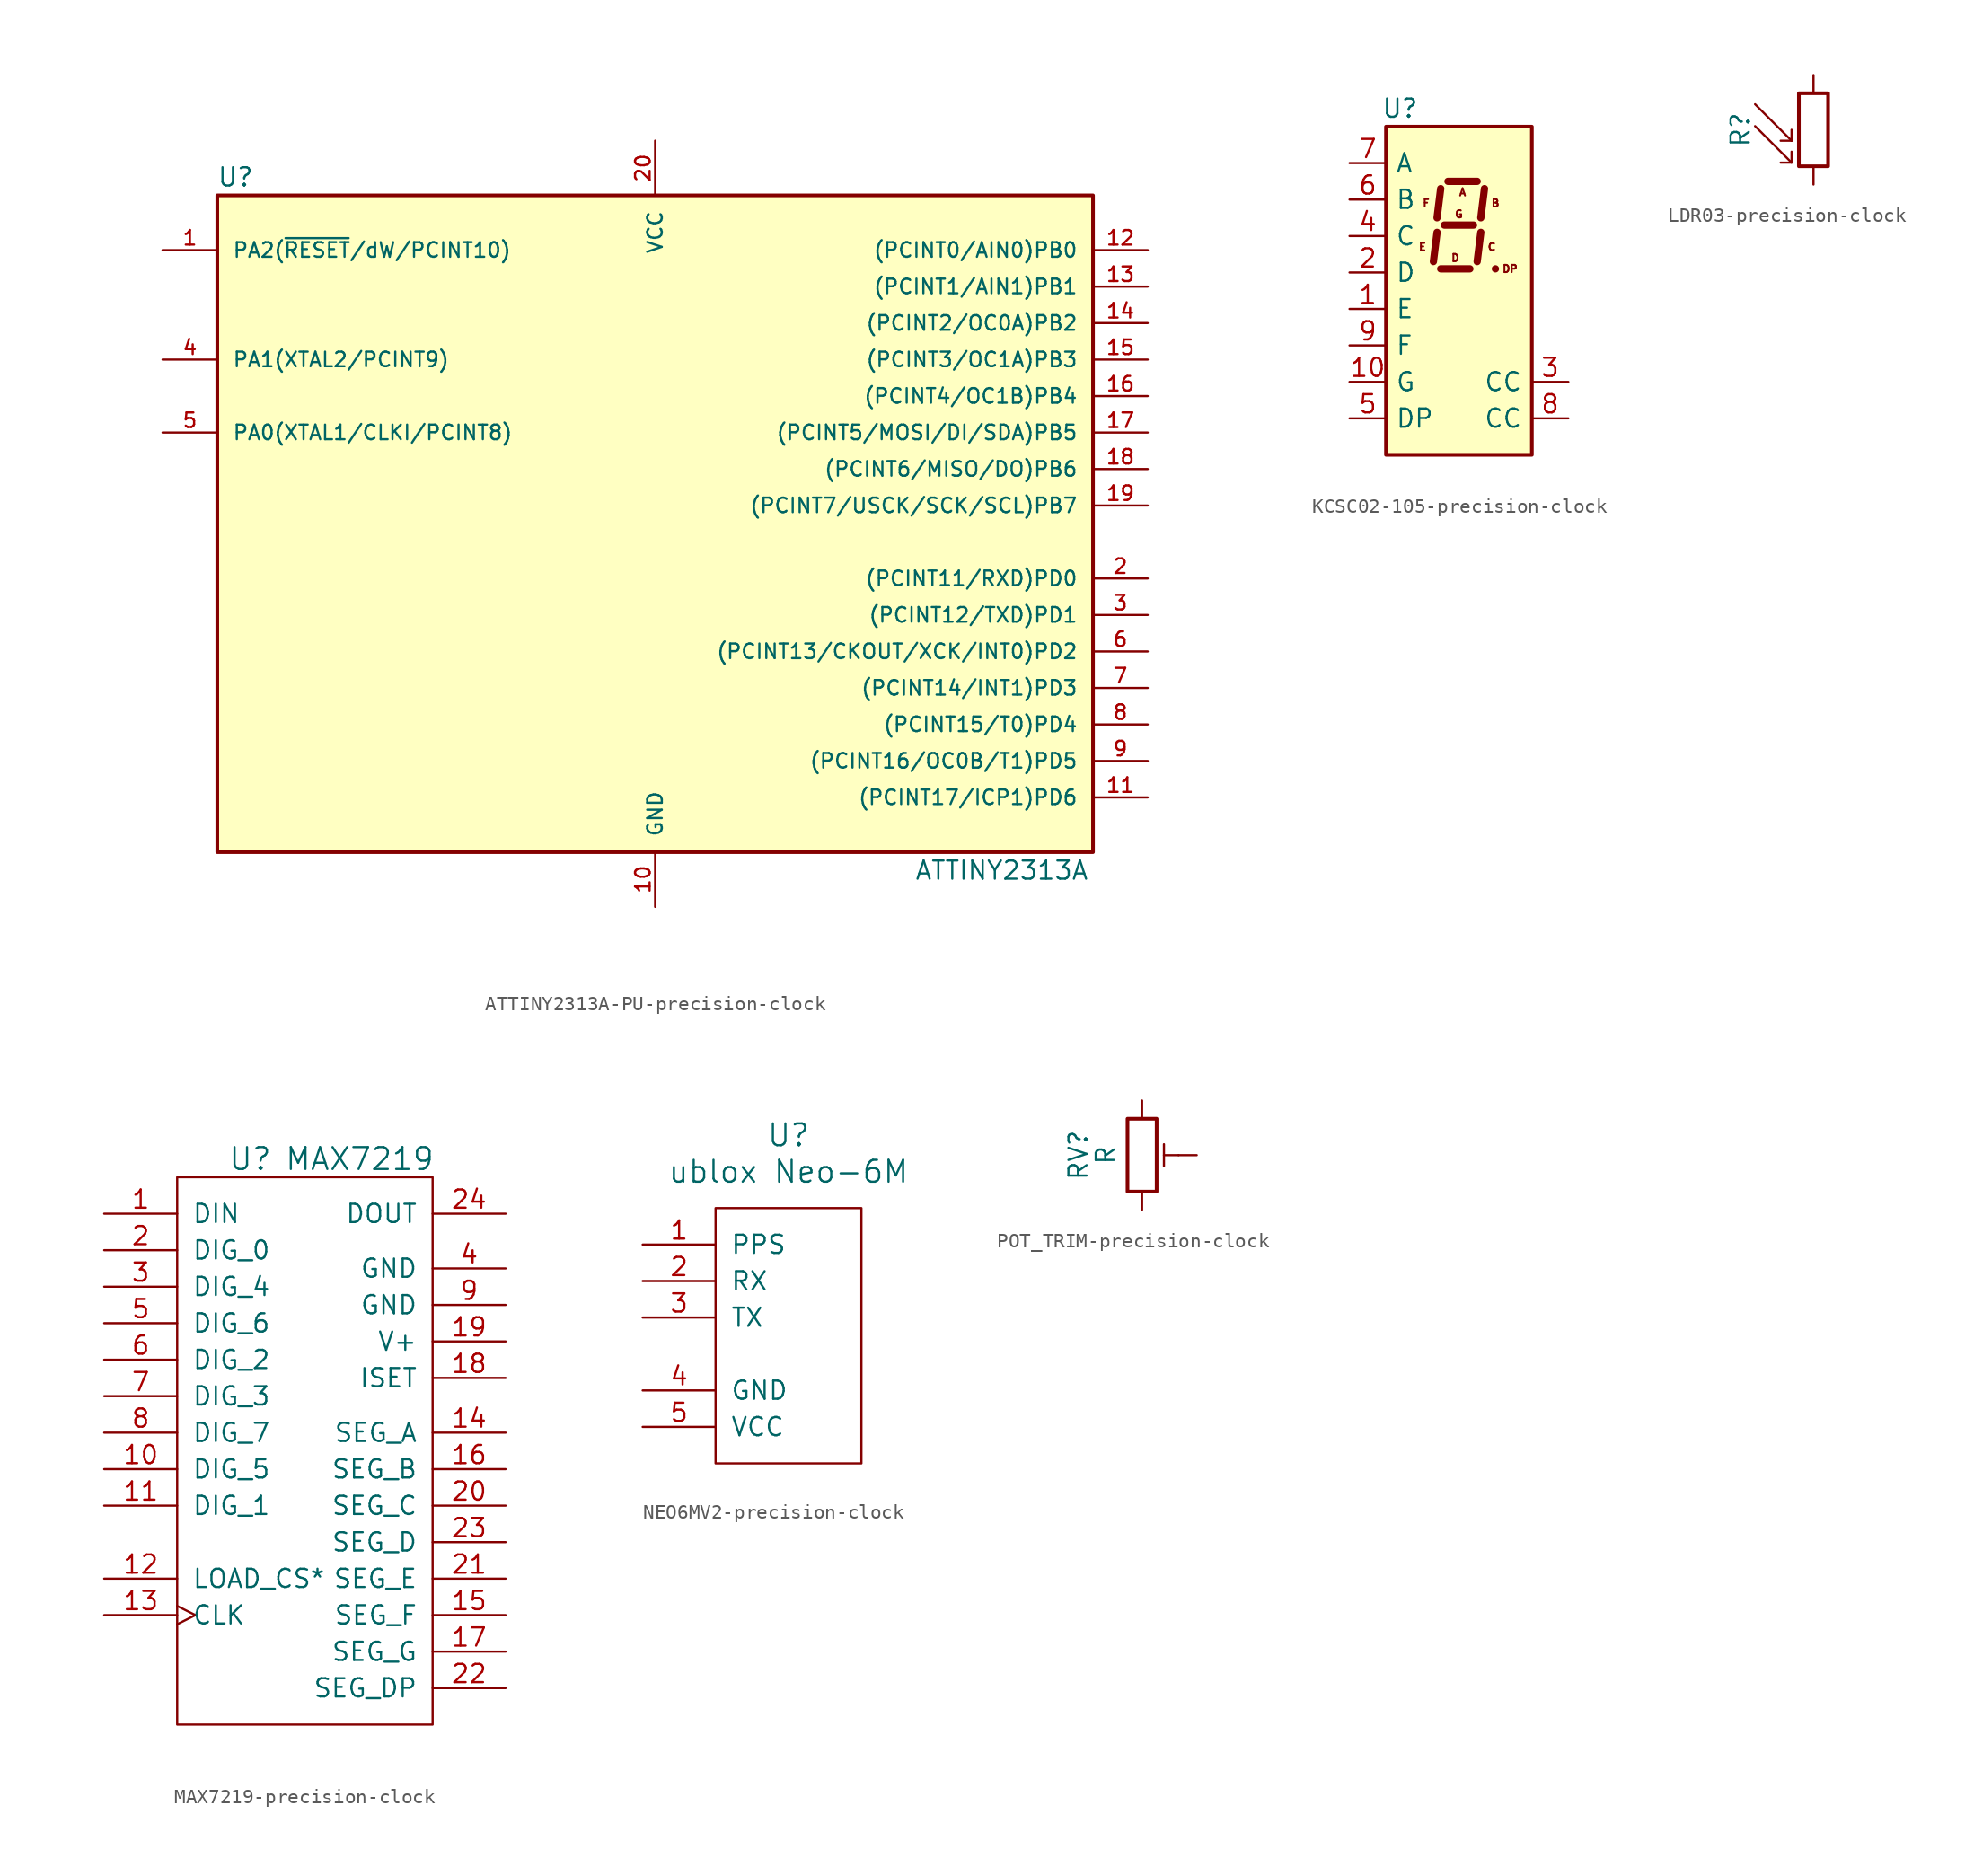
<source format=kicad_sym>
(kicad_symbol_lib
  (version 20231120)
  (generator "kicad_symbol_editor")
  (generator_version "8.0")
  (symbol "ATTINY2313A-PU-precision-clock"
    (pin_names
      (offset 1.016))
    (property "Reference" "U"
      (at -29.21 25.4 0)
      (effects (font (size 1.27 1.27))))
    (property "Value" "ATTINY2313A"
      (at 24.13 -22.86 0)
      (effects (font (size 1.27 1.27))))
    (symbol "ATTINY2313A-PU-precision-clock_0_1"
      (rectangle (start 30.48 -21.59) (end -30.48 24.13) (stroke (width 0.254) (type solid)) (fill (type background))))
    (symbol "ATTINY2313A-PU-precision-clock_1_1"
      (pin input line (at -34.29 20.32 0) (length 3.81) (name "PA2(~{RESET}/dW/PCINT10)" (effects (font (size 1.016 1.016)))) (number "1" (effects (font (size 1.016 1.016)))))
      (pin power_in line (at 0 -25.4 90) (length 3.81) (name "GND" (effects (font (size 1.016 1.016)))) (number "10" (effects (font (size 1.016 1.016)))))
      (pin bidirectional line (at 34.29 -17.78 180) (length 3.81) (name "(PCINT17/ICP1)PD6" (effects (font (size 1.016 1.016)))) (number "11" (effects (font (size 1.016 1.016)))))
      (pin bidirectional line (at 34.29 20.32 180) (length 3.81) (name "(PCINT0/AIN0)PB0" (effects (font (size 1.016 1.016)))) (number "12" (effects (font (size 1.016 1.016)))))
      (pin bidirectional line (at 34.29 17.78 180) (length 3.81) (name "(PCINT1/AIN1)PB1" (effects (font (size 1.016 1.016)))) (number "13" (effects (font (size 1.016 1.016)))))
      (pin bidirectional line (at 34.29 15.24 180) (length 3.81) (name "(PCINT2/OC0A)PB2" (effects (font (size 1.016 1.016)))) (number "14" (effects (font (size 1.016 1.016)))))
      (pin bidirectional line (at 34.29 12.7 180) (length 3.81) (name "(PCINT3/OC1A)PB3" (effects (font (size 1.016 1.016)))) (number "15" (effects (font (size 1.016 1.016)))))
      (pin bidirectional line (at 34.29 10.16 180) (length 3.81) (name "(PCINT4/OC1B)PB4" (effects (font (size 1.016 1.016)))) (number "16" (effects (font (size 1.016 1.016)))))
      (pin bidirectional line (at 34.29 7.62 180) (length 3.81) (name "(PCINT5/MOSI/DI/SDA)PB5" (effects (font (size 1.016 1.016)))) (number "17" (effects (font (size 1.016 1.016)))))
      (pin bidirectional line (at 34.29 5.08 180) (length 3.81) (name "(PCINT6/MISO/DO)PB6" (effects (font (size 1.016 1.016)))) (number "18" (effects (font (size 1.016 1.016)))))
      (pin bidirectional line (at 34.29 2.54 180) (length 3.81) (name "(PCINT7/USCK/SCK/SCL)PB7" (effects (font (size 1.016 1.016)))) (number "19" (effects (font (size 1.016 1.016)))))
      (pin bidirectional line (at 34.29 -2.54 180) (length 3.81) (name "(PCINT11/RXD)PD0" (effects (font (size 1.016 1.016)))) (number "2" (effects (font (size 1.016 1.016)))))
      (pin power_in line (at 0 27.94 270) (length 3.81) (name "VCC" (effects (font (size 1.016 1.016)))) (number "20" (effects (font (size 1.016 1.016)))))
      (pin bidirectional line (at 34.29 -5.08 180) (length 3.81) (name "(PCINT12/TXD)PD1" (effects (font (size 1.016 1.016)))) (number "3" (effects (font (size 1.016 1.016)))))
      (pin input line (at -34.29 12.7 0) (length 3.81) (name "PA1(XTAL2/PCINT9)" (effects (font (size 1.016 1.016)))) (number "4" (effects (font (size 1.016 1.016)))))
      (pin input line (at -34.29 7.62 0) (length 3.81) (name "PA0(XTAL1/CLKI/PCINT8)" (effects (font (size 1.016 1.016)))) (number "5" (effects (font (size 1.016 1.016)))))
      (pin bidirectional line (at 34.29 -7.62 180) (length 3.81) (name "(PCINT13/CKOUT/XCK/INT0)PD2" (effects (font (size 1.016 1.016)))) (number "6" (effects (font (size 1.016 1.016)))))
      (pin bidirectional line (at 34.29 -10.16 180) (length 3.81) (name "(PCINT14/INT1)PD3" (effects (font (size 1.016 1.016)))) (number "7" (effects (font (size 1.016 1.016)))))
      (pin bidirectional line (at 34.29 -12.7 180) (length 3.81) (name "(PCINT15/T0)PD4" (effects (font (size 1.016 1.016)))) (number "8" (effects (font (size 1.016 1.016)))))
      (pin bidirectional line (at 34.29 -15.24 180) (length 3.81) (name "(PCINT16/OC0B/T1)PD5" (effects (font (size 1.016 1.016)))) (number "9" (effects (font (size 1.016 1.016)))))))
  (symbol "KCSC02-105-precision-clock"
    (pin_names
      (offset 0.635))
    (property "Reference" "U"
      (at -2.794 11.43 0)
      (effects (font (size 1.27 1.27)) (justify right)))
    (property "Value" ""
      (at 1.016 11.43 0)
      (effects (font (size 1.27 1.27)) (justify left)))
    (symbol "KCSC02-105-precision-clock_0_0"
      (text "A" (at 0.254 5.588 0) (effects (font (size 0.508 0.508))))
      (text "B" (at 2.54 4.826 0) (effects (font (size 0.508 0.508))))
      (text "C" (at 2.286 1.778 0) (effects (font (size 0.508 0.508))))
      (text "D" (at -0.254 1.016 0) (effects (font (size 0.508 0.508))))
      (text "DP" (at 3.556 0.254 0) (effects (font (size 0.508 0.508))))
      (text "E" (at -2.54 1.778 0) (effects (font (size 0.508 0.508))))
      (text "F" (at -2.286 4.826 0) (effects (font (size 0.508 0.508))))
      (text "G" (at 0 4.064 0) (effects (font (size 0.508 0.508)))))
    (symbol "KCSC02-105-precision-clock_0_1"
      (rectangle (start -5.08 10.16) (end 5.08 -12.7) (stroke (width 0.254) (type solid)) (fill (type background)))
      (polyline (pts (xy -1.524 2.794) (xy -1.778 0.762)) (stroke (width 0.508) (type solid)) (fill (type none)))
      (polyline (pts (xy -1.27 0.254) (xy 0.762 0.254)) (stroke (width 0.508) (type solid)) (fill (type none)))
      (polyline (pts (xy -1.27 5.842) (xy -1.524 3.81)) (stroke (width 0.508) (type solid)) (fill (type none)))
      (polyline (pts (xy -1.016 3.302) (xy 1.016 3.302)) (stroke (width 0.508) (type solid)) (fill (type none)))
      (polyline (pts (xy -0.762 6.35) (xy 1.27 6.35)) (stroke (width 0.508) (type solid)) (fill (type none)))
      (polyline (pts (xy 1.524 2.794) (xy 1.27 0.762)) (stroke (width 0.508) (type solid)) (fill (type none)))
      (polyline (pts (xy 1.778 5.842) (xy 1.524 3.81)) (stroke (width 0.508) (type solid)) (fill (type none)))
      (polyline (pts (xy 2.54 0.254) (xy 2.54 0.254)) (stroke (width 0.508) (type solid)) (fill (type none))))
    (symbol "KCSC02-105-precision-clock_1_1"
      (pin input line (at -7.62 -2.54 0) (length 2.54) (name "E" (effects (font (size 1.27 1.27)))) (number "1" (effects (font (size 1.27 1.27)))))
      (pin input line (at -7.62 -7.62 0) (length 2.54) (name "G" (effects (font (size 1.27 1.27)))) (number "10" (effects (font (size 1.27 1.27)))))
      (pin input line (at -7.62 0 0) (length 2.54) (name "D" (effects (font (size 1.27 1.27)))) (number "2" (effects (font (size 1.27 1.27)))))
      (pin input line (at 7.62 -7.62 180) (length 2.54) (name "CC" (effects (font (size 1.27 1.27)))) (number "3" (effects (font (size 1.27 1.27)))))
      (pin input line (at -7.62 2.54 0) (length 2.54) (name "C" (effects (font (size 1.27 1.27)))) (number "4" (effects (font (size 1.27 1.27)))))
      (pin input line (at -7.62 -10.16 0) (length 2.54) (name "DP" (effects (font (size 1.27 1.27)))) (number "5" (effects (font (size 1.27 1.27)))))
      (pin input line (at -7.62 5.08 0) (length 2.54) (name "B" (effects (font (size 1.27 1.27)))) (number "6" (effects (font (size 1.27 1.27)))))
      (pin input line (at -7.62 7.62 0) (length 2.54) (name "A" (effects (font (size 1.27 1.27)))) (number "7" (effects (font (size 1.27 1.27)))))
      (pin input line (at 7.62 -10.16 180) (length 2.54) (name "CC" (effects (font (size 1.27 1.27)))) (number "8" (effects (font (size 1.27 1.27)))))
      (pin input line (at -7.62 -5.08 0) (length 2.54) (name "F" (effects (font (size 1.27 1.27)))) (number "9" (effects (font (size 1.27 1.27)))))))
  (symbol "LDR03-precision-clock"
    (pin_numbers hide)
    (pin_names
      (offset 0))
    (property "Reference" "R"
      (at -5.08 0 90)
      (effects (font (size 1.27 1.27))))
    (property "Value" ""
      (at 1.905 0 90)
      (effects (font (size 1.27 1.27)) (justify top)))
    (symbol "LDR03-precision-clock_0_1"
      (rectangle (start -1.016 2.54) (end 1.016 -2.54) (stroke (width 0.254) (type solid)) (fill (type none)))
      (polyline (pts (xy -1.524 -2.286) (xy -4.064 0.254)) (stroke (width 0) (type solid)) (fill (type none)))
      (polyline (pts (xy -1.524 -2.286) (xy -2.286 -2.286)) (stroke (width 0) (type solid)) (fill (type none)))
      (polyline (pts (xy -1.524 -2.286) (xy -1.524 -1.524)) (stroke (width 0) (type solid)) (fill (type none)))
      (polyline (pts (xy -1.524 -0.762) (xy -4.064 1.778)) (stroke (width 0) (type solid)) (fill (type none)))
      (polyline (pts (xy -1.524 -0.762) (xy -2.286 -0.762)) (stroke (width 0) (type solid)) (fill (type none)))
      (polyline (pts (xy -1.524 -0.762) (xy -1.524 0)) (stroke (width 0) (type solid)) (fill (type none))))
    (symbol "LDR03-precision-clock_1_1"
      (pin passive line (at 0 3.81 270) (length 1.27) (name "~" (effects (font (size 1.27 1.27)))) (number "1" (effects (font (size 1.27 1.27)))))
      (pin passive line (at 0 -3.81 90) (length 1.27) (name "~" (effects (font (size 1.27 1.27)))) (number "2" (effects (font (size 1.27 1.27)))))))
  (symbol "MAX7219-precision-clock"
    (pin_names
      (offset 1.016))
    (property "Reference" "U"
      (at -6.35 27.94 0)
      (effects (font (size 1.524 1.524))))
    (property "Value" "MAX7219"
      (at 1.27 27.94 0)
      (effects (font (size 1.524 1.524))))
    (symbol "MAX7219-precision-clock_0_1"
      (rectangle (start -11.43 26.67) (end 6.35 -11.43) (stroke (width 0) (type solid)) (fill (type none))))
    (symbol "MAX7219-precision-clock_1_1"
      (pin input line (at -16.51 24.13 0) (length 5.08) (name "DIN" (effects (font (size 1.27 1.27)))) (number "1" (effects (font (size 1.27 1.27)))))
      (pin output line (at -16.51 6.35 0) (length 5.08) (name "DIG_5" (effects (font (size 1.27 1.27)))) (number "10" (effects (font (size 1.27 1.27)))))
      (pin output line (at -16.51 3.81 0) (length 5.08) (name "DIG_1" (effects (font (size 1.27 1.27)))) (number "11" (effects (font (size 1.27 1.27)))))
      (pin input line (at -16.51 -1.27 0) (length 5.08) (name "LOAD_CS*" (effects (font (size 1.27 1.27)))) (number "12" (effects (font (size 1.27 1.27)))))
      (pin input clock (at -16.51 -3.81 0) (length 5.08) (name "CLK" (effects (font (size 1.27 1.27)))) (number "13" (effects (font (size 1.27 1.27)))))
      (pin output line (at 11.43 8.89 180) (length 5.08) (name "SEG_A" (effects (font (size 1.27 1.27)))) (number "14" (effects (font (size 1.27 1.27)))))
      (pin output line (at 11.43 -3.81 180) (length 5.08) (name "SEG_F" (effects (font (size 1.27 1.27)))) (number "15" (effects (font (size 1.27 1.27)))))
      (pin output line (at 11.43 6.35 180) (length 5.08) (name "SEG_B" (effects (font (size 1.27 1.27)))) (number "16" (effects (font (size 1.27 1.27)))))
      (pin output line (at 11.43 -6.35 180) (length 5.08) (name "SEG_G" (effects (font (size 1.27 1.27)))) (number "17" (effects (font (size 1.27 1.27)))))
      (pin input line (at 11.43 12.7 180) (length 5.08) (name "ISET" (effects (font (size 1.27 1.27)))) (number "18" (effects (font (size 1.27 1.27)))))
      (pin power_in line (at 11.43 15.24 180) (length 5.08) (name "V+" (effects (font (size 1.27 1.27)))) (number "19" (effects (font (size 1.27 1.27)))))
      (pin output line (at -16.51 21.59 0) (length 5.08) (name "DIG_0" (effects (font (size 1.27 1.27)))) (number "2" (effects (font (size 1.27 1.27)))))
      (pin output line (at 11.43 3.81 180) (length 5.08) (name "SEG_C" (effects (font (size 1.27 1.27)))) (number "20" (effects (font (size 1.27 1.27)))))
      (pin output line (at 11.43 -1.27 180) (length 5.08) (name "SEG_E" (effects (font (size 1.27 1.27)))) (number "21" (effects (font (size 1.27 1.27)))))
      (pin output line (at 11.43 -8.89 180) (length 5.08) (name "SEG_DP" (effects (font (size 1.27 1.27)))) (number "22" (effects (font (size 1.27 1.27)))))
      (pin output line (at 11.43 1.27 180) (length 5.08) (name "SEG_D" (effects (font (size 1.27 1.27)))) (number "23" (effects (font (size 1.27 1.27)))))
      (pin output line (at 11.43 24.13 180) (length 5.08) (name "DOUT" (effects (font (size 1.27 1.27)))) (number "24" (effects (font (size 1.27 1.27)))))
      (pin output line (at -16.51 19.05 0) (length 5.08) (name "DIG_4" (effects (font (size 1.27 1.27)))) (number "3" (effects (font (size 1.27 1.27)))))
      (pin power_in line (at 11.43 20.32 180) (length 5.08) (name "GND" (effects (font (size 1.27 1.27)))) (number "4" (effects (font (size 1.27 1.27)))))
      (pin output line (at -16.51 16.51 0) (length 5.08) (name "DIG_6" (effects (font (size 1.27 1.27)))) (number "5" (effects (font (size 1.27 1.27)))))
      (pin output line (at -16.51 13.97 0) (length 5.08) (name "DIG_2" (effects (font (size 1.27 1.27)))) (number "6" (effects (font (size 1.27 1.27)))))
      (pin output line (at -16.51 11.43 0) (length 5.08) (name "DIG_3" (effects (font (size 1.27 1.27)))) (number "7" (effects (font (size 1.27 1.27)))))
      (pin output line (at -16.51 8.89 0) (length 5.08) (name "DIG_7" (effects (font (size 1.27 1.27)))) (number "8" (effects (font (size 1.27 1.27)))))
      (pin power_in line (at 11.43 17.78 180) (length 5.08) (name "GND" (effects (font (size 1.27 1.27)))) (number "9" (effects (font (size 1.27 1.27)))))))
  (symbol "NEO6MV2-precision-clock"
    (pin_names
      (offset 1.016))
    (property "Reference" "U"
      (at -11.43 34.29 0)
      (effects (font (size 1.524 1.524))))
    (property "Value" "ublox Neo-6M"
      (at -11.43 31.75 0)
      (effects (font (size 1.524 1.524))))
    (symbol "NEO6MV2-precision-clock_0_1"
      (rectangle (start -16.51 29.21) (end -6.35 11.43) (stroke (width 0) (type solid)) (fill (type none))))
    (symbol "NEO6MV2-precision-clock_1_1"
      (pin output line (at -21.59 26.67 0) (length 5.08) (name "PPS" (effects (font (size 1.27 1.27)))) (number "1" (effects (font (size 1.27 1.27)))))
      (pin output line (at -21.59 24.13 0) (length 5.08) (name "RX" (effects (font (size 1.27 1.27)))) (number "2" (effects (font (size 1.27 1.27)))))
      (pin output line (at -21.59 21.59 0) (length 5.08) (name "TX" (effects (font (size 1.27 1.27)))) (number "3" (effects (font (size 1.27 1.27)))))
      (pin output line (at -21.59 16.51 0) (length 5.08) (name "GND" (effects (font (size 1.27 1.27)))) (number "4" (effects (font (size 1.27 1.27)))))
      (pin output line (at -21.59 13.97 0) (length 5.08) (name "VCC" (effects (font (size 1.27 1.27)))) (number "5" (effects (font (size 1.27 1.27)))))))
  (symbol "POT_TRIM-precision-clock"
    (pin_numbers hide)
    (pin_names
      (offset 1.016) hide)
    (property "Reference" "RV"
      (at -4.445 0 90)
      (effects (font (size 1.27 1.27))))
    (property "Value" "R"
      (at -2.54 0 90)
      (effects (font (size 1.27 1.27))))
    (symbol "POT_TRIM-precision-clock_0_1"
      (polyline (pts (xy 1.524 0.762) (xy 1.524 -0.762)) (stroke (width 0) (type solid)) (fill (type none)))
      (polyline (pts (xy 2.54 0) (xy 1.524 0)) (stroke (width 0) (type solid)) (fill (type none)))
      (rectangle (start 1.016 2.54) (end -1.016 -2.54) (stroke (width 0.254) (type solid)) (fill (type none))))
    (symbol "POT_TRIM-precision-clock_1_1"
      (pin passive line (at 0 3.81 270) (length 1.27) (name "1" (effects (font (size 1.27 1.27)))) (number "1" (effects (font (size 1.27 1.27)))))
      (pin passive line (at 3.81 0 180) (length 1.27) (name "2" (effects (font (size 1.27 1.27)))) (number "2" (effects (font (size 1.27 1.27)))))
      (pin passive line (at 0 -3.81 90) (length 1.27) (name "3" (effects (font (size 1.27 1.27)))) (number "3" (effects (font (size 1.27 1.27))))))))
</source>
